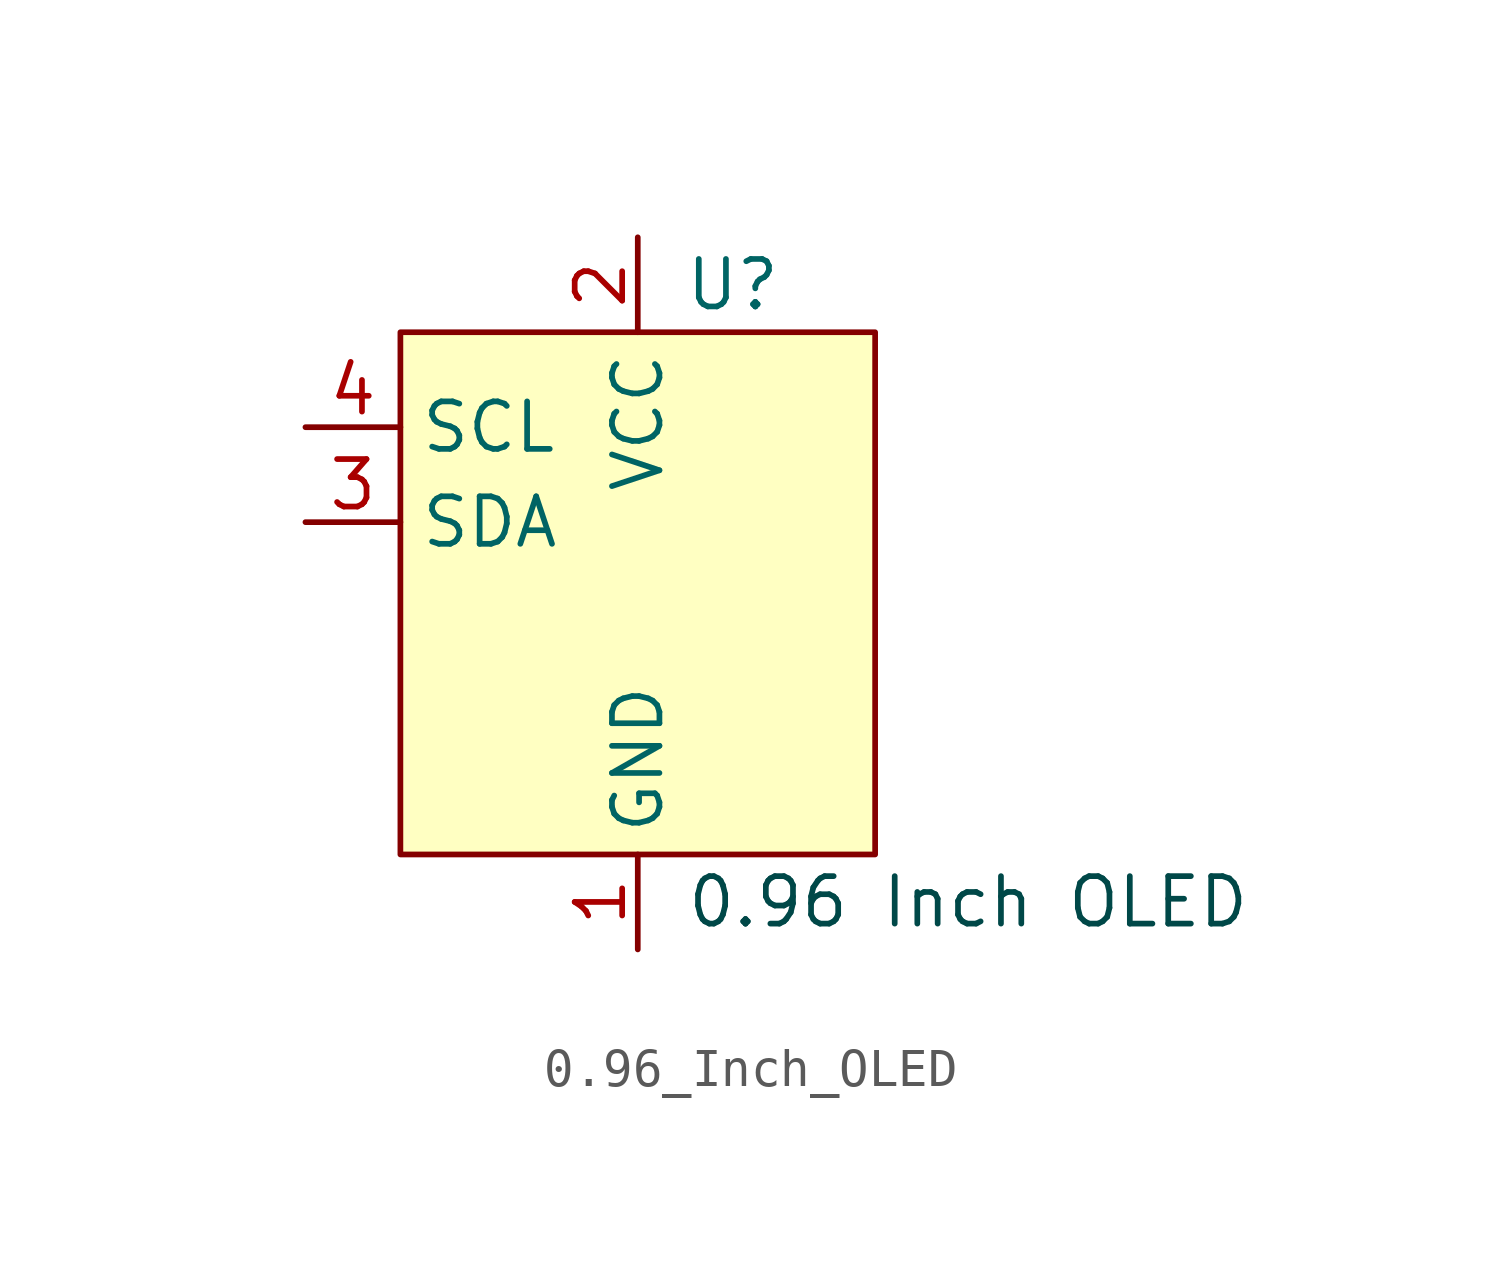
<source format=kicad_sym>
(kicad_symbol_lib
  (version 20220914)
  (generator kicad_symbol_editor)
  (symbol "0.96_Inch_OLED"
    (property "Reference" "U"
      (at 2.54 7.62 0)
      (effects (font (size 1.27 1.27))))
    (property "Value" ""
      (at -10.16 -2.54 0)
      (effects (font (size 1.27 1.27))))
    (symbol "0.96_Inch_OLED_1_1"
      (rectangle (start -6.35 6.35) (end 6.35 -7.62) (stroke (width 0) (type default)) (fill (type background)))
      (text "0.96 Inch OLED" (at 1.27 -8.89 0) (effects (font (size 1.27 1.27) (color 0 72 72 1)) (justify left)))
      (pin power_in line (at 0 -10.16 90) (length 2.54) (name "GND" (effects (font (size 1.27 1.27)))) (number "1" (effects (font (size 1.27 1.27)))))
      (pin power_in line (at 0 8.89 270) (length 2.54) (name "VCC" (effects (font (size 1.27 1.27)))) (number "2" (effects (font (size 1.27 1.27)))))
      (pin bidirectional line (at -8.89 1.27 0) (length 2.54) (name "SDA" (effects (font (size 1.27 1.27)))) (number "3" (effects (font (size 1.27 1.27)))))
      (pin input line (at -8.89 3.81 0) (length 2.54) (name "SCL" (effects (font (size 1.27 1.27)))) (number "4" (effects (font (size 1.27 1.27))))))))
</source>
